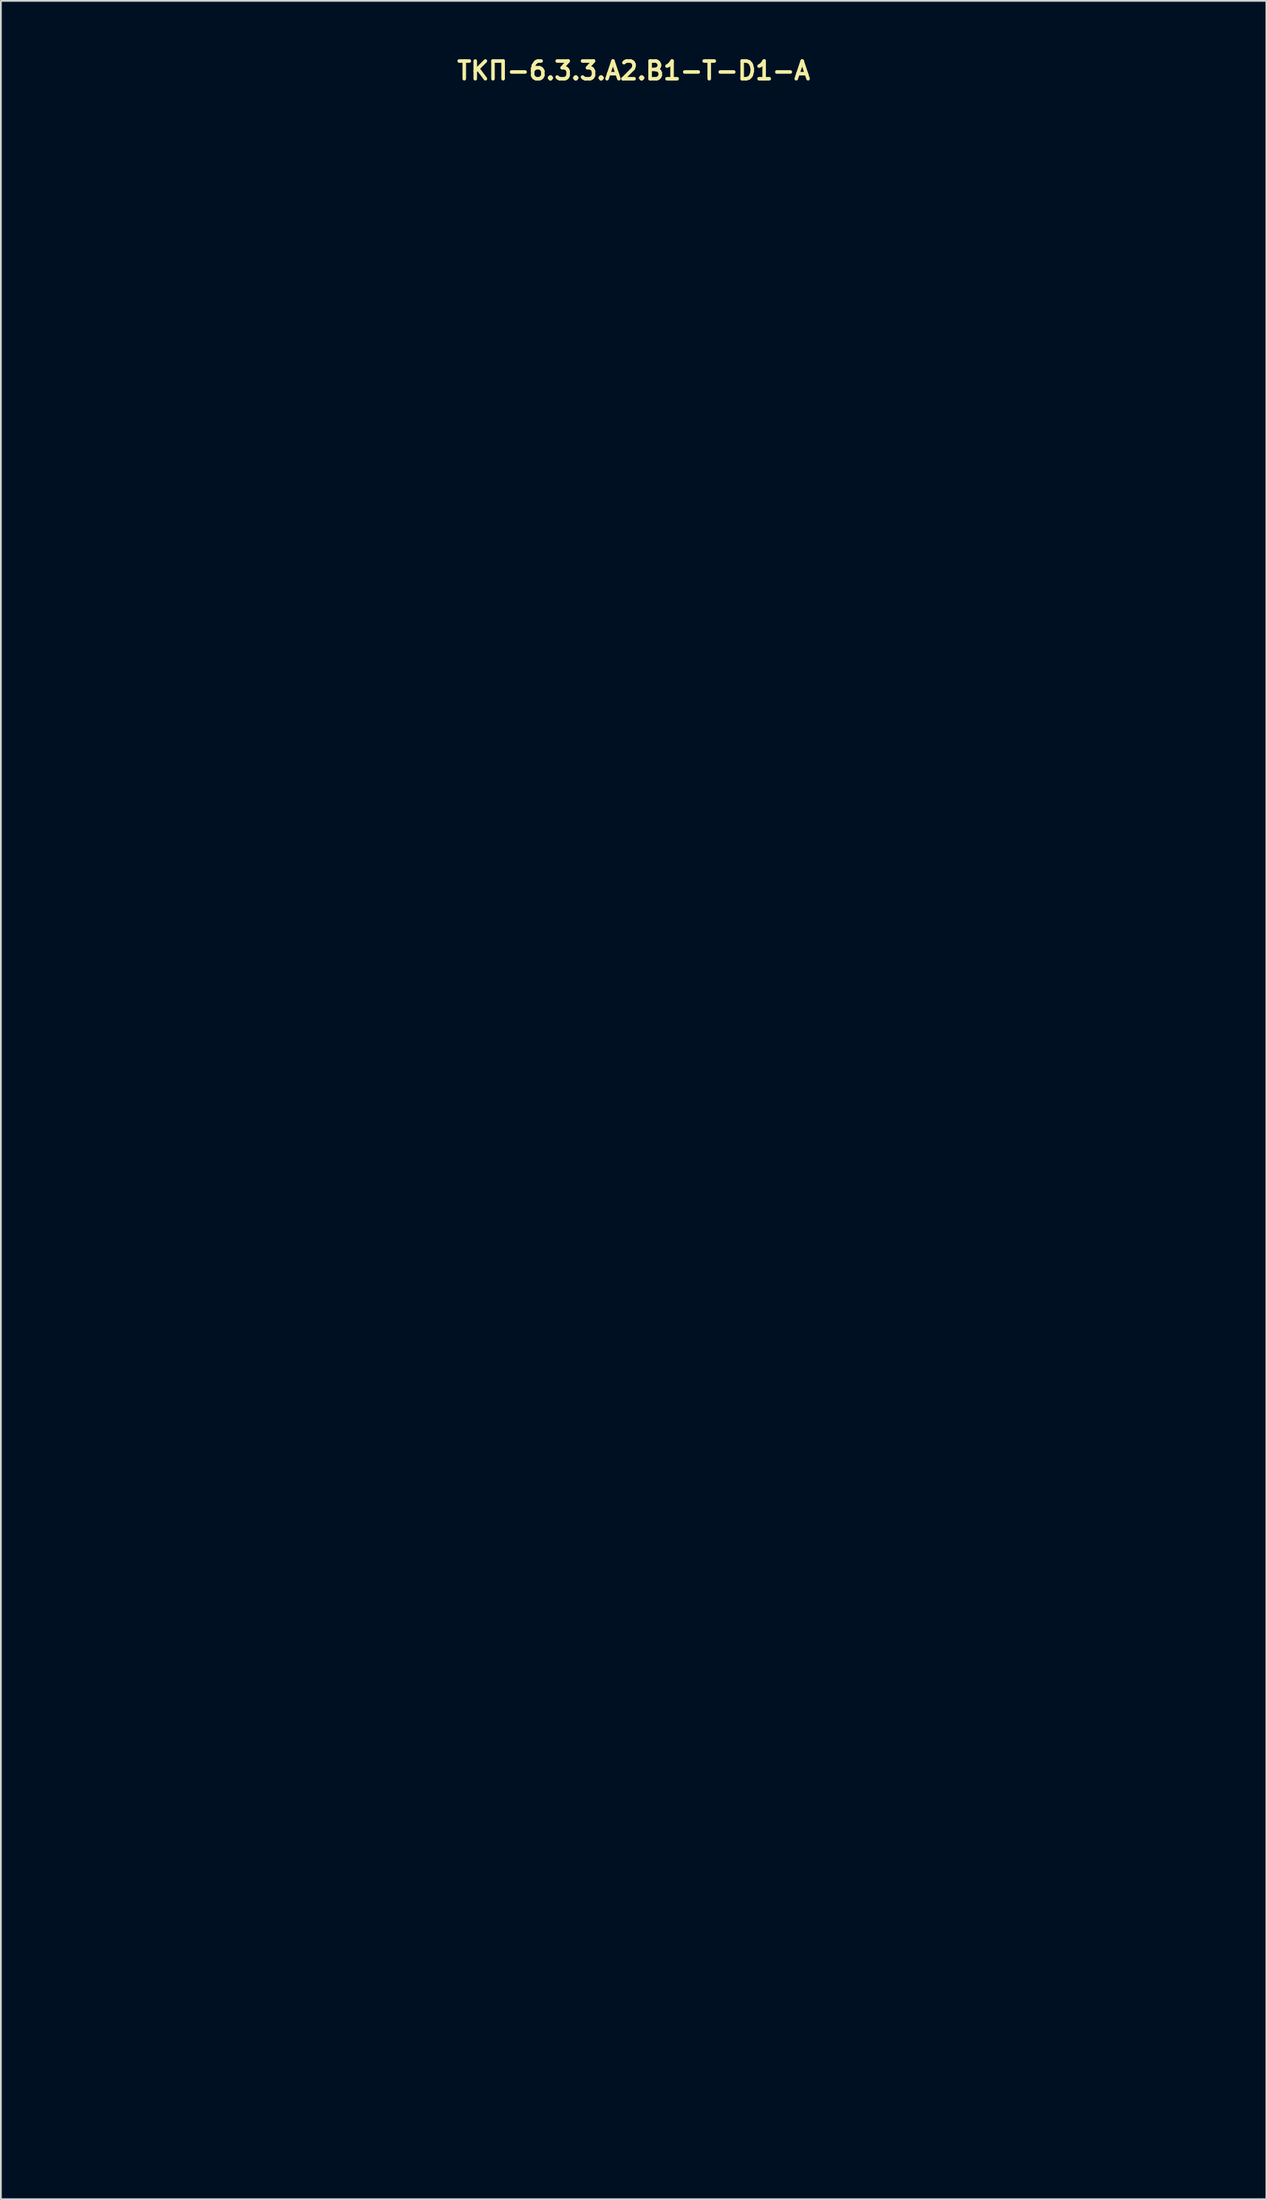
<source format=kicad_pcb>
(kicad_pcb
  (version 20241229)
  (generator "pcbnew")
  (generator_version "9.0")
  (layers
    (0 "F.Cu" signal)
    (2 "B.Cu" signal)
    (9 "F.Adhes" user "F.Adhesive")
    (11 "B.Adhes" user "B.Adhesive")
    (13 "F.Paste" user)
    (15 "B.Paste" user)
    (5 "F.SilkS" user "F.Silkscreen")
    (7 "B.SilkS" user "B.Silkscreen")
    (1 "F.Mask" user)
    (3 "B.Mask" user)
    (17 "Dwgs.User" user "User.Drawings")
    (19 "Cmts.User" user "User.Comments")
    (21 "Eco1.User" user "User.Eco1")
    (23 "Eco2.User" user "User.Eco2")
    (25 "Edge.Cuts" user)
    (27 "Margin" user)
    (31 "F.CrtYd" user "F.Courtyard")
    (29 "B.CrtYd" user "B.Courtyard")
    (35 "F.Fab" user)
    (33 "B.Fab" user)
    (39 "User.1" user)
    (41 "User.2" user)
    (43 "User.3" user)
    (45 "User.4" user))
  (footprint "ТКП-6.3.3.A2.B1-T-D1-A"
    (layer "F.Cu")
    (at 32.67 59.737)
    (property "Reference" "ТКП-6.3.3.A2.B1-T-D1-A" (at 0 -58.801 0) (layer "F.SilkS") (effects (font (size 1 1) (thickness 0.2))))
    (attr through_hole)
    (fp_line (start -32.47 -57.98) (end -32.47 57.98) (stroke (width 0.4) (type solid)) (layer "Eco1.User"))
    (fp_line (start -32.47 -57.98) (end 32.47 -57.98) (stroke (width 0.4) (type solid)) (layer "Eco1.User"))
    (fp_line (start -32.47 -55.98) (end 32.47 -55.98) (stroke (width 0.2) (type solid)) (layer "Eco1.User"))
    (fp_line (start -32.47 55.98) (end 32.47 55.98) (stroke (width 0.2) (type solid)) (layer "Eco1.User"))
    (fp_line (start -32.47 57.98) (end 32.47 57.98) (stroke (width 0.4) (type solid)) (layer "Eco1.User"))
    (fp_line (start 32.47 -57.98) (end 32.47 57.98) (stroke (width 0.4) (type solid)) (layer "Eco1.User"))
    (fp_circle (center -19.05 -40.44) (end -15.45 -40.44) (stroke (width 0.4) (type solid)) (fill no) (layer "Eco1.User"))
    (fp_circle (center -19.05 -40.44) (end -9.55 -40.44) (stroke (width 0.4) (type solid)) (fill no) (layer "Eco1.User"))
    (fp_circle (center -19.05 -12.5) (end -15.45 -12.5) (stroke (width 0.4) (type solid)) (fill no) (layer "Eco1.User"))
    (fp_circle (center -19.05 -12.5) (end -9.55 -12.5) (stroke (width 0.4) (type solid)) (fill no) (layer "Eco1.User"))
    (fp_circle (center -19.05 44.45) (end -16.4 44.45) (stroke (width 0.4) (type solid)) (fill no) (layer "Eco1.User"))
    (fp_circle (center -8.89 -50.8) (end -7.39 -50.8) (stroke (width 0.4) (type solid)) (fill no) (layer "Eco1.User"))
    (fp_circle (center -8.89 -50.8) (end -5.89 -50.8) (stroke (width 0.4) (type solid)) (fill no) (layer "Eco1.User"))
    (fp_circle (center 0 -26.47) (end 3.6 -26.47) (stroke (width 0.4) (type solid)) (fill no) (layer "Eco1.User"))
    (fp_circle (center 0 -26.47) (end 9.5 -26.47) (stroke (width 0.4) (type solid)) (fill no) (layer "Eco1.User"))
    (fp_circle (center 0 1.47) (end 3.6 1.47) (stroke (width 0.4) (type solid)) (fill no) (layer "Eco1.User"))
    (fp_circle (center 0 1.47) (end 9.5 1.47) (stroke (width 0.4) (type solid)) (fill no) (layer "Eco1.User"))
    (fp_circle (center 0 44.45) (end 6 44.45) (stroke (width 0.4) (type solid)) (fill no) (layer "Eco1.User"))
    (fp_circle (center 0 44.45) (end 10 44.45) (stroke (width 0.4) (type solid)) (fill no) (layer "Eco1.User"))
    (fp_circle (center 8.89 -50.8) (end 10.39 -50.8) (stroke (width 0.4) (type solid)) (fill no) (layer "Eco1.User"))
    (fp_circle (center 8.89 -50.8) (end 11.89 -50.8) (stroke (width 0.4) (type solid)) (fill no) (layer "Eco1.User"))
    (fp_circle (center 19.05 -40.44) (end 22.65 -40.44) (stroke (width 0.4) (type solid)) (fill no) (layer "Eco1.User"))
    (fp_circle (center 19.05 -40.44) (end 28.55 -40.44) (stroke (width 0.4) (type solid)) (fill no) (layer "Eco1.User"))
    (fp_circle (center 19.05 -12.5) (end 22.65 -12.5) (stroke (width 0.4) (type solid)) (fill no) (layer "Eco1.User"))
    (fp_circle (center 19.05 -12.5) (end 28.55 -12.5) (stroke (width 0.4) (type solid)) (fill no) (layer "Eco1.User"))
    (fp_line (start -32.47 -57.98) (end -32.47 57.98) (stroke (width 0.4) (type solid)) (layer "Eco2.User"))
    (fp_line (start -32.47 -57.98) (end 32.47 -57.98) (stroke (width 0.4) (type solid)) (layer "Eco2.User"))
    (fp_line (start -32.47 57.98) (end 32.47 57.98) (stroke (width 0.4) (type solid)) (layer "Eco2.User"))
    (fp_line (start -29.21 -54.928) (end -29.21 -49.847) (stroke (width 0.5) (type solid)) (layer "Eco2.User"))
    (fp_line (start -29.21 -54.928) (end -22.225 -54.928) (stroke (width 0.5) (type solid)) (layer "Eco2.User"))
    (fp_line (start -29.21 -49.847) (end -26.035 -46.672) (stroke (width 0.5) (type solid)) (layer "Eco2.User"))
    (fp_line (start -29.21 -44.767) (end -29.21 -39.688) (stroke (width 0.5) (type solid)) (layer "Eco2.User"))
    (fp_line (start -29.21 -44.767) (end -22.225 -44.767) (stroke (width 0.5) (type solid)) (layer "Eco2.User"))
    (fp_line (start -29.21 -39.688) (end -26.035 -36.513) (stroke (width 0.5) (type solid)) (layer "Eco2.User"))
    (fp_line (start -29.21 -34.608) (end -29.21 -29.527) (stroke (width 0.5) (type solid)) (layer "Eco2.User"))
    (fp_line (start -29.21 -34.608) (end -22.225 -34.608) (stroke (width 0.5) (type solid)) (layer "Eco2.User"))
    (fp_line (start -29.21 -29.527) (end -26.035 -26.352) (stroke (width 0.5) (type solid)) (layer "Eco2.User"))
    (fp_line (start -29.21 -24.448) (end -29.21 -19.367) (stroke (width 0.5) (type solid)) (layer "Eco2.User"))
    (fp_line (start -29.21 -24.448) (end -22.225 -24.448) (stroke (width 0.5) (type solid)) (layer "Eco2.User"))
    (fp_line (start -29.21 -19.367) (end -26.035 -16.192) (stroke (width 0.5) (type solid)) (layer "Eco2.User"))
    (fp_line (start -29.21 -14.287) (end -29.21 -9.207) (stroke (width 0.5) (type solid)) (layer "Eco2.User"))
    (fp_line (start -29.21 -14.287) (end -22.225 -14.287) (stroke (width 0.5) (type solid)) (layer "Eco2.User"))
    (fp_line (start -29.21 -9.207) (end -26.035 -6.032) (stroke (width 0.5) (type solid)) (layer "Eco2.User"))
    (fp_line (start -29.21 -4.128) (end -29.21 0.953) (stroke (width 0.5) (type solid)) (layer "Eco2.User"))
    (fp_line (start -29.21 -4.128) (end -22.225 -4.128) (stroke (width 0.5) (type solid)) (layer "Eco2.User"))
    (fp_line (start -29.21 0.953) (end -26.035 4.128) (stroke (width 0.5) (type solid)) (layer "Eco2.User"))
    (fp_line (start -29.21 6.032) (end -29.21 11.113) (stroke (width 0.5) (type solid)) (layer "Eco2.User"))
    (fp_line (start -29.21 6.032) (end -22.225 6.032) (stroke (width 0.5) (type solid)) (layer "Eco2.User"))
    (fp_line (start -29.21 11.113) (end -26.035 14.287) (stroke (width 0.5) (type solid)) (layer "Eco2.User"))
    (fp_line (start -29.21 16.192) (end -29.21 21.273) (stroke (width 0.5) (type solid)) (layer "Eco2.User"))
    (fp_line (start -29.21 16.192) (end -22.225 16.192) (stroke (width 0.5) (type solid)) (layer "Eco2.User"))
    (fp_line (start -29.21 21.273) (end -26.035 24.448) (stroke (width 0.5) (type solid)) (layer "Eco2.User"))
    (fp_line (start -29.21 26.352) (end -29.21 31.433) (stroke (width 0.5) (type solid)) (layer "Eco2.User"))
    (fp_line (start -29.21 26.352) (end 26.035 26.352) (stroke (width 0.5) (type solid)) (layer "Eco2.User"))
    (fp_line (start -29.21 31.433) (end -26.035 34.608) (stroke (width 0.5) (type solid)) (layer "Eco2.User"))
    (fp_line (start -29.21 36.513) (end -29.21 41.593) (stroke (width 0.5) (type solid)) (layer "Eco2.User"))
    (fp_line (start -29.21 36.513) (end -22.225 36.513) (stroke (width 0.5) (type solid)) (layer "Eco2.User"))
    (fp_line (start -29.21 41.593) (end -26.035 44.767) (stroke (width 0.5) (type solid)) (layer "Eco2.User"))
    (fp_line (start -29.21 46.672) (end -29.21 51.752) (stroke (width 0.5) (type solid)) (layer "Eco2.User"))
    (fp_line (start -29.21 46.672) (end -22.225 46.672) (stroke (width 0.5) (type solid)) (layer "Eco2.User"))
    (fp_line (start -29.21 51.752) (end -26.035 54.928) (stroke (width 0.5) (type solid)) (layer "Eco2.User"))
    (fp_line (start -26.035 -46.672) (end -19.05 -46.672) (stroke (width 0.5) (type solid)) (layer "Eco2.User"))
    (fp_line (start -26.035 -36.513) (end -19.05 -36.513) (stroke (width 0.5) (type solid)) (layer "Eco2.User"))
    (fp_line (start -26.035 -26.352) (end -23.177 -26.352) (stroke (width 0.5) (type solid)) (layer "Eco2.User"))
    (fp_line (start -26.035 -16.192) (end -19.05 -16.192) (stroke (width 0.5) (type solid)) (layer "Eco2.User"))
    (fp_line (start -26.035 -6.032) (end -19.05 -6.032) (stroke (width 0.5) (type solid)) (layer "Eco2.User"))
    (fp_line (start -26.035 4.128) (end -19.05 4.128) (stroke (width 0.5) (type solid)) (layer "Eco2.User"))
    (fp_line (start -26.035 14.287) (end -19.05 14.287) (stroke (width 0.5) (type solid)) (layer "Eco2.User"))
    (fp_line (start -26.035 24.448) (end -19.05 24.448) (stroke (width 0.5) (type solid)) (layer "Eco2.User"))
    (fp_line (start -26.035 34.608) (end -6.985 34.608) (stroke (width 0.5) (type solid)) (layer "Eco2.User"))
    (fp_line (start -26.035 44.767) (end -19.05 44.767) (stroke (width 0.5) (type solid)) (layer "Eco2.User"))
    (fp_line (start -26.035 54.928) (end -19.05 54.928) (stroke (width 0.5) (type solid)) (layer "Eco2.User"))
    (fp_line (start -22.225 -54.928) (end -19.05 -51.752) (stroke (width 0.5) (type solid)) (layer "Eco2.User"))
    (fp_line (start -22.225 -44.767) (end -19.05 -41.593) (stroke (width 0.5) (type solid)) (layer "Eco2.User"))
    (fp_line (start -22.225 -34.608) (end -19.05 -31.433) (stroke (width 0.5) (type solid)) (layer "Eco2.User"))
    (fp_line (start -22.225 -24.448) (end -19.05 -21.273) (stroke (width 0.5) (type solid)) (layer "Eco2.User"))
    (fp_line (start -22.225 -14.287) (end -19.05 -11.113) (stroke (width 0.5) (type solid)) (layer "Eco2.User"))
    (fp_line (start -22.225 -4.128) (end -20.003 -1.905) (stroke (width 0.5) (type solid)) (layer "Eco2.User"))
    (fp_line (start -22.225 6.032) (end -19.05 9.207) (stroke (width 0.5) (type solid)) (layer "Eco2.User"))
    (fp_line (start -22.225 16.192) (end -19.05 19.367) (stroke (width 0.5) (type solid)) (layer "Eco2.User"))
    (fp_line (start -22.225 36.513) (end -19.05 39.688) (stroke (width 0.5) (type solid)) (layer "Eco2.User"))
    (fp_line (start -22.225 46.672) (end -19.05 49.847) (stroke (width 0.5) (type solid)) (layer "Eco2.User"))
    (fp_line (start -19.05 -51.752) (end -19.05 -46.672) (stroke (width 0.5) (type solid)) (layer "Eco2.User"))
    (fp_line (start -19.05 -41.593) (end -19.05 -36.513) (stroke (width 0.5) (type solid)) (layer "Eco2.User"))
    (fp_line (start -19.05 -31.433) (end -19.05 -29.845) (stroke (width 0.5) (type solid)) (layer "Eco2.User"))
    (fp_line (start -19.05 -21.273) (end -19.05 -16.192) (stroke (width 0.5) (type solid)) (layer "Eco2.User"))
    (fp_line (start -19.05 -11.113) (end -19.05 -6.032) (stroke (width 0.5) (type solid)) (layer "Eco2.User"))
    (fp_line (start -19.05 2.857) (end -19.05 4.128) (stroke (width 0.5) (type solid)) (layer "Eco2.User"))
    (fp_line (start -19.05 9.207) (end -19.05 14.287) (stroke (width 0.5) (type solid)) (layer "Eco2.User"))
    (fp_line (start -19.05 19.367) (end -19.05 24.448) (stroke (width 0.5) (type solid)) (layer "Eco2.User"))
    (fp_line (start -19.05 39.688) (end -19.05 44.767) (stroke (width 0.5) (type solid)) (layer "Eco2.User"))
    (fp_line (start -19.05 49.847) (end -19.05 54.928) (stroke (width 0.5) (type solid)) (layer "Eco2.User"))
    (fp_line (start -17.145 -54.928) (end -17.145 -49.847) (stroke (width 0.5) (type solid)) (layer "Eco2.User"))
    (fp_line (start -17.145 -54.928) (end -10.16 -54.928) (stroke (width 0.5) (type solid)) (layer "Eco2.User"))
    (fp_line (start -17.145 -49.847) (end -13.97 -46.672) (stroke (width 0.5) (type solid)) (layer "Eco2.User"))
    (fp_line (start -17.145 -44.767) (end -17.145 -39.688) (stroke (width 0.5) (type solid)) (layer "Eco2.User"))
    (fp_line (start -17.145 -44.767) (end 13.97 -44.767) (stroke (width 0.5) (type solid)) (layer "Eco2.User"))
    (fp_line (start -17.145 -39.688) (end -13.97 -36.513) (stroke (width 0.5) (type solid)) (layer "Eco2.User"))
    (fp_line (start -17.145 -34.608) (end -17.145 -29.845) (stroke (width 0.5) (type solid)) (layer "Eco2.User"))
    (fp_line (start -17.145 -34.608) (end -10.16 -34.608) (stroke (width 0.5) (type solid)) (layer "Eco2.User"))
    (fp_line (start -17.145 -24.448) (end -17.145 -19.367) (stroke (width 0.5) (type solid)) (layer "Eco2.User"))
    (fp_line (start -17.145 -24.448) (end -10.16 -24.448) (stroke (width 0.5) (type solid)) (layer "Eco2.User"))
    (fp_line (start -17.145 -19.367) (end -13.97 -16.192) (stroke (width 0.5) (type solid)) (layer "Eco2.User"))
    (fp_line (start -17.145 -14.287) (end -17.145 -9.207) (stroke (width 0.5) (type solid)) (layer "Eco2.User"))
    (fp_line (start -17.145 -14.287) (end -10.16 -14.287) (stroke (width 0.5) (type solid)) (layer "Eco2.User"))
    (fp_line (start -17.145 -9.207) (end -13.97 -6.032) (stroke (width 0.5) (type solid)) (layer "Eco2.User"))
    (fp_line (start -17.145 -4.128) (end -17.145 -1.905) (stroke (width 0.5) (type solid)) (layer "Eco2.User"))
    (fp_line (start -17.145 -4.128) (end -10.16 -4.128) (stroke (width 0.5) (type solid)) (layer "Eco2.User"))
    (fp_line (start -17.145 6.032) (end -17.145 11.113) (stroke (width 0.5) (type solid)) (layer "Eco2.User"))
    (fp_line (start -17.145 6.032) (end -10.16 6.032) (stroke (width 0.5) (type solid)) (layer "Eco2.User"))
    (fp_line (start -17.145 11.113) (end -13.97 14.287) (stroke (width 0.5) (type solid)) (layer "Eco2.User"))
    (fp_line (start -17.145 16.192) (end -17.145 21.273) (stroke (width 0.5) (type solid)) (layer "Eco2.User"))
    (fp_line (start -17.145 16.192) (end -6.985 16.192) (stroke (width 0.5) (type solid)) (layer "Eco2.User"))
    (fp_line (start -17.145 21.273) (end -13.97 24.448) (stroke (width 0.5) (type solid)) (layer "Eco2.User"))
    (fp_line (start -17.145 36.513) (end -17.145 41.593) (stroke (width 0.5) (type solid)) (layer "Eco2.User"))
    (fp_line (start -17.145 36.513) (end -10.16 36.513) (stroke (width 0.5) (type solid)) (layer "Eco2.User"))
    (fp_line (start -17.145 41.593) (end -13.97 44.767) (stroke (width 0.5) (type solid)) (layer "Eco2.User"))
    (fp_line (start -17.145 46.672) (end -17.145 51.752) (stroke (width 0.5) (type solid)) (layer "Eco2.User"))
    (fp_line (start -17.145 46.672) (end -10.16 46.672) (stroke (width 0.5) (type solid)) (layer "Eco2.User"))
    (fp_line (start -17.145 51.752) (end -13.97 54.928) (stroke (width 0.5) (type solid)) (layer "Eco2.User"))
    (fp_line (start -15.24 2.857) (end -13.97 4.128) (stroke (width 0.5) (type solid)) (layer "Eco2.User"))
    (fp_line (start -14.287 -26.352) (end -6.985 -26.352) (stroke (width 0.5) (type solid)) (layer "Eco2.User"))
    (fp_line (start -13.97 -46.672) (end -6.985 -46.672) (stroke (width 0.5) (type solid)) (layer "Eco2.User"))
    (fp_line (start -13.97 -36.513) (end 17.145 -36.513) (stroke (width 0.5) (type solid)) (layer "Eco2.User"))
    (fp_line (start -13.97 -16.192) (end -6.985 -16.192) (stroke (width 0.5) (type solid)) (layer "Eco2.User"))
    (fp_line (start -13.97 -6.032) (end -6.985 -6.032) (stroke (width 0.5) (type solid)) (layer "Eco2.User"))
    (fp_line (start -13.97 4.128) (end -6.985 4.128) (stroke (width 0.5) (type solid)) (layer "Eco2.User"))
    (fp_line (start -13.97 14.287) (end -6.985 14.287) (stroke (width 0.5) (type solid)) (layer "Eco2.User"))
    (fp_line (start -13.97 24.448) (end 17.145 24.448) (stroke (width 0.5) (type solid)) (layer "Eco2.User"))
    (fp_line (start -13.97 44.767) (end -6.985 44.767) (stroke (width 0.5) (type solid)) (layer "Eco2.User"))
    (fp_line (start -13.97 54.928) (end -6.985 54.928) (stroke (width 0.5) (type solid)) (layer "Eco2.User"))
    (fp_line (start -10.16 -54.928) (end -6.985 -51.752) (stroke (width 0.5) (type solid)) (layer "Eco2.User"))
    (fp_line (start -10.16 -34.608) (end -6.985 -31.433) (stroke (width 0.5) (type solid)) (layer "Eco2.User"))
    (fp_line (start -10.16 -24.448) (end -6.985 -21.273) (stroke (width 0.5) (type solid)) (layer "Eco2.User"))
    (fp_line (start -10.16 -14.287) (end -6.985 -11.113) (stroke (width 0.5) (type solid)) (layer "Eco2.User"))
    (fp_line (start -10.16 -4.128) (end -6.985 -0.953) (stroke (width 0.5) (type solid)) (layer "Eco2.User"))
    (fp_line (start -10.16 6.032) (end -6.985 9.207) (stroke (width 0.5) (type solid)) (layer "Eco2.User"))
    (fp_line (start -10.16 36.513) (end -6.985 39.688) (stroke (width 0.5) (type solid)) (layer "Eco2.User"))
    (fp_line (start -10.16 46.672) (end -6.985 49.847) (stroke (width 0.5) (type solid)) (layer "Eco2.User"))
    (fp_line (start -6.985 -51.752) (end -6.985 -46.672) (stroke (width 0.5) (type solid)) (layer "Eco2.User"))
    (fp_line (start -6.985 -31.433) (end -6.985 -26.352) (stroke (width 0.5) (type solid)) (layer "Eco2.User"))
    (fp_line (start -6.985 -21.273) (end -6.985 -16.192) (stroke (width 0.5) (type solid)) (layer "Eco2.User"))
    (fp_line (start -6.985 -11.113) (end -6.985 -6.032) (stroke (width 0.5) (type solid)) (layer "Eco2.User"))
    (fp_line (start -6.985 -0.953) (end -6.985 4.128) (stroke (width 0.5) (type solid)) (layer "Eco2.User"))
    (fp_line (start -6.985 9.207) (end -6.985 14.287) (stroke (width 0.5) (type solid)) (layer "Eco2.User"))
    (fp_line (start -6.985 16.192) (end -6.032 17.145) (stroke (width 0.5) (type solid)) (layer "Eco2.User"))
    (fp_line (start -6.985 34.608) (end -6.032 33.655) (stroke (width 0.5) (type solid)) (layer "Eco2.User"))
    (fp_line (start -6.985 39.688) (end -6.985 44.767) (stroke (width 0.5) (type solid)) (layer "Eco2.User"))
    (fp_line (start -6.985 49.847) (end -6.985 54.928) (stroke (width 0.5) (type solid)) (layer "Eco2.User"))
    (fp_line (start -6.032 17.145) (end 6.032 17.145) (stroke (width 0.5) (type solid)) (layer "Eco2.User"))
    (fp_line (start -6.032 33.655) (end 6.032 33.655) (stroke (width 0.5) (type solid)) (layer "Eco2.User"))
    (fp_line (start -5.715 -40.64) (end -4.445 -40.64) (stroke (width 0.25) (type solid)) (layer "Eco2.User"))
    (fp_line (start -5.08 -54.928) (end -5.08 -49.847) (stroke (width 0.5) (type solid)) (layer "Eco2.User"))
    (fp_line (start -5.08 -54.928) (end 1.905 -54.928) (stroke (width 0.5) (type solid)) (layer "Eco2.User"))
    (fp_line (start -5.08 -49.847) (end -1.905 -46.672) (stroke (width 0.5) (type solid)) (layer "Eco2.User"))
    (fp_line (start -5.08 -41.275) (end -5.08 -40.005) (stroke (width 0.25) (type solid)) (layer "Eco2.User"))
    (fp_line (start -5.08 -34.608) (end -5.08 -29.527) (stroke (width 0.5) (type solid)) (layer "Eco2.User"))
    (fp_line (start -5.08 -34.608) (end 1.905 -34.608) (stroke (width 0.5) (type solid)) (layer "Eco2.User"))
    (fp_line (start -5.08 -29.527) (end -1.905 -26.352) (stroke (width 0.5) (type solid)) (layer "Eco2.User"))
    (fp_line (start -5.08 -24.448) (end -5.08 -19.367) (stroke (width 0.5) (type solid)) (layer "Eco2.User"))
    (fp_line (start -5.08 -24.448) (end 1.905 -24.448) (stroke (width 0.5) (type solid)) (layer "Eco2.User"))
    (fp_line (start -5.08 -19.367) (end -1.905 -16.192) (stroke (width 0.5) (type solid)) (layer "Eco2.User"))
    (fp_line (start -5.08 -11.113) (end -5.08 -9.207) (stroke (width 0.5) (type solid)) (layer "Eco2.User"))
    (fp_line (start -5.08 -9.207) (end -1.905 -6.032) (stroke (width 0.5) (type solid)) (layer "Eco2.User"))
    (fp_line (start -5.08 -4.128) (end -5.08 0.953) (stroke (width 0.5) (type solid)) (layer "Eco2.User"))
    (fp_line (start -5.08 -4.128) (end 1.905 -4.128) (stroke (width 0.5) (type solid)) (layer "Eco2.User"))
    (fp_line (start -5.08 0.953) (end -1.905 4.128) (stroke (width 0.5) (type solid)) (layer "Eco2.User"))
    (fp_line (start -5.08 6.032) (end -5.08 11.113) (stroke (width 0.5) (type solid)) (layer "Eco2.User"))
    (fp_line (start -5.08 6.032) (end 1.905 6.032) (stroke (width 0.5) (type solid)) (layer "Eco2.User"))
    (fp_line (start -5.08 11.113) (end -3.81 12.383) (stroke (width 0.5) (type solid)) (layer "Eco2.User"))
    (fp_line (start -5.08 36.513) (end -5.08 41.593) (stroke (width 0.5) (type solid)) (layer "Eco2.User"))
    (fp_line (start -5.08 36.513) (end 1.905 36.513) (stroke (width 0.5) (type solid)) (layer "Eco2.User"))
    (fp_line (start -5.08 41.593) (end -1.905 44.767) (stroke (width 0.5) (type solid)) (layer "Eco2.User"))
    (fp_line (start -5.08 46.672) (end -5.08 51.752) (stroke (width 0.5) (type solid)) (layer "Eco2.User"))
    (fp_line (start -5.08 46.672) (end 1.905 46.672) (stroke (width 0.5) (type solid)) (layer "Eco2.User"))
    (fp_line (start -5.08 51.752) (end -1.905 54.928) (stroke (width 0.5) (type solid)) (layer "Eco2.User"))
    (fp_line (start -3.81 -40.64) (end -1.27 -40.64) (stroke (width 0.5) (type solid)) (layer "Eco2.User"))
    (fp_line (start -1.905 -46.672) (end 5.08 -46.672) (stroke (width 0.5) (type solid)) (layer "Eco2.User"))
    (fp_line (start -1.905 -26.352) (end 5.08 -26.352) (stroke (width 0.5) (type solid)) (layer "Eco2.User"))
    (fp_line (start -1.905 -16.192) (end 5.08 -16.192) (stroke (width 0.5) (type solid)) (layer "Eco2.User"))
    (fp_line (start -1.905 -6.032) (end 5.08 -6.032) (stroke (width 0.5) (type solid)) (layer "Eco2.User"))
    (fp_line (start -1.905 4.128) (end 5.08 4.128) (stroke (width 0.5) (type solid)) (layer "Eco2.User"))
    (fp_line (start -1.905 44.767) (end 5.08 44.767) (stroke (width 0.5) (type solid)) (layer "Eco2.User"))
    (fp_line (start -1.905 54.928) (end 5.08 54.928) (stroke (width 0.5) (type solid)) (layer "Eco2.User"))
    (fp_line (start 0 -40.64) (end 3.81 -40.64) (stroke (width 0.5) (type solid)) (layer "Eco2.User"))
    (fp_line (start 1.905 -54.928) (end 5.08 -51.752) (stroke (width 0.5) (type solid)) (layer "Eco2.User"))
    (fp_line (start 1.905 -34.608) (end 5.08 -31.433) (stroke (width 0.5) (type solid)) (layer "Eco2.User"))
    (fp_line (start 1.905 -24.448) (end 5.08 -21.273) (stroke (width 0.5) (type solid)) (layer "Eco2.User"))
    (fp_line (start 1.905 -4.128) (end 5.08 -0.953) (stroke (width 0.5) (type solid)) (layer "Eco2.User"))
    (fp_line (start 1.905 6.032) (end 5.08 9.207) (stroke (width 0.5) (type solid)) (layer "Eco2.User"))
    (fp_line (start 1.905 36.513) (end 5.08 39.688) (stroke (width 0.5) (type solid)) (layer "Eco2.User"))
    (fp_line (start 1.905 46.672) (end 5.08 49.847) (stroke (width 0.5) (type solid)) (layer "Eco2.User"))
    (fp_line (start 4.445 -40.64) (end 5.715 -40.64) (stroke (width 0.25) (type solid)) (layer "Eco2.User"))
    (fp_line (start 4.763 14.287) (end 5.08 14.287) (stroke (width 0.5) (type solid)) (layer "Eco2.User"))
    (fp_line (start 5.08 -51.752) (end 5.08 -46.672) (stroke (width 0.5) (type solid)) (layer "Eco2.User"))
    (fp_line (start 5.08 -31.433) (end 5.08 -26.352) (stroke (width 0.5) (type solid)) (layer "Eco2.User"))
    (fp_line (start 5.08 -21.273) (end 5.08 -16.192) (stroke (width 0.5) (type solid)) (layer "Eco2.User"))
    (fp_line (start 5.08 -11.113) (end 5.08 -6.032) (stroke (width 0.5) (type solid)) (layer "Eco2.User"))
    (fp_line (start 5.08 -0.953) (end 5.08 4.128) (stroke (width 0.5) (type solid)) (layer "Eco2.User"))
    (fp_line (start 5.08 9.207) (end 5.08 14.287) (stroke (width 0.5) (type solid)) (layer "Eco2.User"))
    (fp_line (start 5.08 39.688) (end 5.08 44.767) (stroke (width 0.5) (type solid)) (layer "Eco2.User"))
    (fp_line (start 5.08 49.847) (end 5.08 54.928) (stroke (width 0.5) (type solid)) (layer "Eco2.User"))
    (fp_line (start 6.032 17.145) (end 6.985 16.192) (stroke (width 0.5) (type solid)) (layer "Eco2.User"))
    (fp_line (start 6.032 33.655) (end 6.985 34.608) (stroke (width 0.5) (type solid)) (layer "Eco2.User"))
    (fp_line (start 6.985 -54.928) (end 6.985 -49.847) (stroke (width 0.5) (type solid)) (layer "Eco2.User"))
    (fp_line (start 6.985 -54.928) (end 13.97 -54.928) (stroke (width 0.5) (type solid)) (layer "Eco2.User"))
    (fp_line (start 6.985 -49.847) (end 10.16 -46.672) (stroke (width 0.5) (type solid)) (layer "Eco2.User"))
    (fp_line (start 6.985 -34.608) (end 6.985 -29.527) (stroke (width 0.5) (type solid)) (layer "Eco2.User"))
    (fp_line (start 6.985 -34.608) (end 13.97 -34.608) (stroke (width 0.5) (type solid)) (layer "Eco2.User"))
    (fp_line (start 6.985 -29.527) (end 10.16 -26.352) (stroke (width 0.5) (type solid)) (layer "Eco2.User"))
    (fp_line (start 6.985 -24.448) (end 6.985 -19.367) (stroke (width 0.5) (type solid)) (layer "Eco2.User"))
    (fp_line (start 6.985 -24.448) (end 13.97 -24.448) (stroke (width 0.5) (type solid)) (layer "Eco2.User"))
    (fp_line (start 6.985 -19.367) (end 10.16 -16.192) (stroke (width 0.5) (type solid)) (layer "Eco2.User"))
    (fp_line (start 6.985 -14.287) (end 6.985 -9.207) (stroke (width 0.5) (type solid)) (layer "Eco2.User"))
    (fp_line (start 6.985 -14.287) (end 13.97 -14.287) (stroke (width 0.5) (type solid)) (layer "Eco2.User"))
    (fp_line (start 6.985 -9.207) (end 10.16 -6.032) (stroke (width 0.5) (type solid)) (layer "Eco2.User"))
    (fp_line (start 6.985 -4.128) (end 6.985 0.953) (stroke (width 0.5) (type solid)) (layer "Eco2.User"))
    (fp_line (start 6.985 -4.128) (end 13.97 -4.128) (stroke (width 0.5) (type solid)) (layer "Eco2.User"))
    (fp_line (start 6.985 0.953) (end 10.16 4.128) (stroke (width 0.5) (type solid)) (layer "Eco2.User"))
    (fp_line (start 6.985 6.032) (end 6.985 11.113) (stroke (width 0.5) (type solid)) (layer "Eco2.User"))
    (fp_line (start 6.985 6.032) (end 13.97 6.032) (stroke (width 0.5) (type solid)) (layer "Eco2.User"))
    (fp_line (start 6.985 11.113) (end 10.16 14.287) (stroke (width 0.5) (type solid)) (layer "Eco2.User"))
    (fp_line (start 6.985 16.192) (end 13.97 16.192) (stroke (width 0.5) (type solid)) (layer "Eco2.User"))
    (fp_line (start 6.985 34.608) (end 29.21 34.608) (stroke (width 0.5) (type solid)) (layer "Eco2.User"))
    (fp_line (start 6.985 36.513) (end 6.985 41.593) (stroke (width 0.5) (type solid)) (layer "Eco2.User"))
    (fp_line (start 6.985 36.513) (end 13.97 36.513) (stroke (width 0.5) (type solid)) (layer "Eco2.User"))
    (fp_line (start 6.985 41.593) (end 10.16 44.767) (stroke (width 0.5) (type solid)) (layer "Eco2.User"))
    (fp_line (start 6.985 46.672) (end 6.985 51.752) (stroke (width 0.5) (type solid)) (layer "Eco2.User"))
    (fp_line (start 6.985 46.672) (end 13.97 46.672) (stroke (width 0.5) (type solid)) (layer "Eco2.User"))
    (fp_line (start 6.985 51.752) (end 10.16 54.928) (stroke (width 0.5) (type solid)) (layer "Eco2.User"))
    (fp_line (start 10.16 -46.672) (end 17.145 -46.672) (stroke (width 0.5) (type solid)) (layer "Eco2.User"))
    (fp_line (start 10.16 -26.352) (end 14.287 -26.352) (stroke (width 0.5) (type solid)) (layer "Eco2.User"))
    (fp_line (start 10.16 -16.192) (end 17.145 -16.192) (stroke (width 0.5) (type solid)) (layer "Eco2.User"))
    (fp_line (start 10.16 -6.032) (end 17.145 -6.032) (stroke (width 0.5) (type solid)) (layer "Eco2.User"))
    (fp_line (start 10.16 4.128) (end 17.145 4.128) (stroke (width 0.5) (type solid)) (layer "Eco2.User"))
    (fp_line (start 10.16 14.287) (end 17.145 14.287) (stroke (width 0.5) (type solid)) (layer "Eco2.User"))
    (fp_line (start 10.16 44.767) (end 17.145 44.767) (stroke (width 0.5) (type solid)) (layer "Eco2.User"))
    (fp_line (start 10.16 54.928) (end 17.145 54.928) (stroke (width 0.5) (type solid)) (layer "Eco2.User"))
    (fp_line (start 13.97 -54.928) (end 17.145 -51.752) (stroke (width 0.5) (type solid)) (layer "Eco2.User"))
    (fp_line (start 13.97 -44.767) (end 17.145 -41.593) (stroke (width 0.5) (type solid)) (layer "Eco2.User"))
    (fp_line (start 13.97 -34.608) (end 17.145 -31.433) (stroke (width 0.5) (type solid)) (layer "Eco2.User"))
    (fp_line (start 13.97 -24.448) (end 17.145 -21.273) (stroke (width 0.5) (type solid)) (layer "Eco2.User"))
    (fp_line (start 13.97 -14.287) (end 17.145 -11.113) (stroke (width 0.5) (type solid)) (layer "Eco2.User"))
    (fp_line (start 13.97 -4.128) (end 15.875 -2.223) (stroke (width 0.5) (type solid)) (layer "Eco2.User"))
    (fp_line (start 13.97 6.032) (end 17.145 9.207) (stroke (width 0.5) (type solid)) (layer "Eco2.User"))
    (fp_line (start 13.97 16.192) (end 17.145 19.367) (stroke (width 0.5) (type solid)) (layer "Eco2.User"))
    (fp_line (start 13.97 36.513) (end 17.145 39.688) (stroke (width 0.5) (type solid)) (layer "Eco2.User"))
    (fp_line (start 13.97 46.672) (end 17.145 49.847) (stroke (width 0.5) (type solid)) (layer "Eco2.User"))
    (fp_line (start 17.145 -51.752) (end 17.145 -46.672) (stroke (width 0.5) (type solid)) (layer "Eco2.User"))
    (fp_line (start 17.145 -41.593) (end 17.145 -36.513) (stroke (width 0.5) (type solid)) (layer "Eco2.User"))
    (fp_line (start 17.145 -31.433) (end 17.145 -29.845) (stroke (width 0.5) (type solid)) (layer "Eco2.User"))
    (fp_line (start 17.145 -21.273) (end 17.145 -16.192) (stroke (width 0.5) (type solid)) (layer "Eco2.User"))
    (fp_line (start 17.145 -11.113) (end 17.145 -6.032) (stroke (width 0.5) (type solid)) (layer "Eco2.User"))
    (fp_line (start 17.145 2.857) (end 17.145 4.128) (stroke (width 0.5) (type solid)) (layer "Eco2.User"))
    (fp_line (start 17.145 9.207) (end 17.145 14.287) (stroke (width 0.5) (type solid)) (layer "Eco2.User"))
    (fp_line (start 17.145 19.367) (end 17.145 24.448) (stroke (width 0.5) (type solid)) (layer "Eco2.User"))
    (fp_line (start 17.145 39.688) (end 17.145 44.767) (stroke (width 0.5) (type solid)) (layer "Eco2.User"))
    (fp_line (start 17.145 49.847) (end 17.145 54.928) (stroke (width 0.5) (type solid)) (layer "Eco2.User"))
    (fp_line (start 19.05 -54.928) (end 19.05 -49.847) (stroke (width 0.5) (type solid)) (layer "Eco2.User"))
    (fp_line (start 19.05 -54.928) (end 26.035 -54.928) (stroke (width 0.5) (type solid)) (layer "Eco2.User"))
    (fp_line (start 19.05 -49.847) (end 22.225 -46.672) (stroke (width 0.5) (type solid)) (layer "Eco2.User"))
    (fp_line (start 19.05 -44.767) (end 19.05 -39.688) (stroke (width 0.5) (type solid)) (layer "Eco2.User"))
    (fp_line (start 19.05 -44.767) (end 26.035 -44.767) (stroke (width 0.5) (type solid)) (layer "Eco2.User"))
    (fp_line (start 19.05 -39.688) (end 22.225 -36.513) (stroke (width 0.5) (type solid)) (layer "Eco2.User"))
    (fp_line (start 19.05 -34.608) (end 19.05 -29.845) (stroke (width 0.5) (type solid)) (layer "Eco2.User"))
    (fp_line (start 19.05 -34.608) (end 26.035 -34.608) (stroke (width 0.5) (type solid)) (layer "Eco2.User"))
    (fp_line (start 19.05 -24.448) (end 19.05 -19.367) (stroke (width 0.5) (type solid)) (layer "Eco2.User"))
    (fp_line (start 19.05 -24.448) (end 26.035 -24.448) (stroke (width 0.5) (type solid)) (layer "Eco2.User"))
    (fp_line (start 19.05 -19.367) (end 22.225 -16.192) (stroke (width 0.5) (type solid)) (layer "Eco2.User"))
    (fp_line (start 19.05 -14.287) (end 19.05 -9.207) (stroke (width 0.5) (type solid)) (layer "Eco2.User"))
    (fp_line (start 19.05 -14.287) (end 26.035 -14.287) (stroke (width 0.5) (type solid)) (layer "Eco2.User"))
    (fp_line (start 19.05 -9.207) (end 22.225 -6.032) (stroke (width 0.5) (type solid)) (layer "Eco2.User"))
    (fp_line (start 19.05 -4.128) (end 19.05 -1.905) (stroke (width 0.5) (type solid)) (layer "Eco2.User"))
    (fp_line (start 19.05 -4.128) (end 26.035 -4.128) (stroke (width 0.5) (type solid)) (layer "Eco2.User"))
    (fp_line (start 19.05 6.032) (end 19.05 11.113) (stroke (width 0.5) (type solid)) (layer "Eco2.User"))
    (fp_line (start 19.05 6.032) (end 26.035 6.032) (stroke (width 0.5) (type solid)) (layer "Eco2.User"))
    (fp_line (start 19.05 11.113) (end 22.225 14.287) (stroke (width 0.5) (type solid)) (layer "Eco2.User"))
    (fp_line (start 19.05 16.192) (end 19.05 21.273) (stroke (width 0.5) (type solid)) (layer "Eco2.User"))
    (fp_line (start 19.05 16.192) (end 26.035 16.192) (stroke (width 0.5) (type solid)) (layer "Eco2.User"))
    (fp_line (start 19.05 21.273) (end 22.225 24.448) (stroke (width 0.5) (type solid)) (layer "Eco2.User"))
    (fp_line (start 19.05 36.513) (end 19.05 41.593) (stroke (width 0.5) (type solid)) (layer "Eco2.User"))
    (fp_line (start 19.05 36.513) (end 26.035 36.513) (stroke (width 0.5) (type solid)) (layer "Eco2.User"))
    (fp_line (start 19.05 41.593) (end 22.225 44.767) (stroke (width 0.5) (type solid)) (layer "Eco2.User"))
    (fp_line (start 19.05 46.672) (end 19.05 51.752) (stroke (width 0.5) (type solid)) (layer "Eco2.User"))
    (fp_line (start 19.05 46.672) (end 26.035 46.672) (stroke (width 0.5) (type solid)) (layer "Eco2.User"))
    (fp_line (start 19.05 51.752) (end 22.225 54.928) (stroke (width 0.5) (type solid)) (layer "Eco2.User"))
    (fp_line (start 20.955 2.857) (end 22.225 4.128) (stroke (width 0.5) (type solid)) (layer "Eco2.User"))
    (fp_line (start 22.225 -46.672) (end 29.21 -46.672) (stroke (width 0.5) (type solid)) (layer "Eco2.User"))
    (fp_line (start 22.225 -36.513) (end 29.21 -36.513) (stroke (width 0.5) (type solid)) (layer "Eco2.User"))
    (fp_line (start 22.225 -16.192) (end 29.21 -16.192) (stroke (width 0.5) (type solid)) (layer "Eco2.User"))
    (fp_line (start 22.225 -6.032) (end 29.21 -6.032) (stroke (width 0.5) (type solid)) (layer "Eco2.User"))
    (fp_line (start 22.225 4.128) (end 29.21 4.128) (stroke (width 0.5) (type solid)) (layer "Eco2.User"))
    (fp_line (start 22.225 14.287) (end 29.21 14.287) (stroke (width 0.5) (type solid)) (layer "Eco2.User"))
    (fp_line (start 22.225 24.448) (end 29.21 24.448) (stroke (width 0.5) (type solid)) (layer "Eco2.User"))
    (fp_line (start 22.225 44.767) (end 29.21 44.767) (stroke (width 0.5) (type solid)) (layer "Eco2.User"))
    (fp_line (start 22.225 54.928) (end 29.21 54.928) (stroke (width 0.5) (type solid)) (layer "Eco2.User"))
    (fp_line (start 23.812 -26.352) (end 29.21 -26.352) (stroke (width 0.5) (type solid)) (layer "Eco2.User"))
    (fp_line (start 26.035 -54.928) (end 29.21 -51.752) (stroke (width 0.5) (type solid)) (layer "Eco2.User"))
    (fp_line (start 26.035 -44.767) (end 29.21 -41.593) (stroke (width 0.5) (type solid)) (layer "Eco2.User"))
    (fp_line (start 26.035 -34.608) (end 29.21 -31.433) (stroke (width 0.5) (type solid)) (layer "Eco2.User"))
    (fp_line (start 26.035 -24.448) (end 29.21 -21.273) (stroke (width 0.5) (type solid)) (layer "Eco2.User"))
    (fp_line (start 26.035 -14.287) (end 29.21 -11.113) (stroke (width 0.5) (type solid)) (layer "Eco2.User"))
    (fp_line (start 26.035 -4.128) (end 29.21 -0.953) (stroke (width 0.5) (type solid)) (layer "Eco2.User"))
    (fp_line (start 26.035 6.032) (end 29.21 9.207) (stroke (width 0.5) (type solid)) (layer "Eco2.User"))
    (fp_line (start 26.035 16.192) (end 29.21 19.367) (stroke (width 0.5) (type solid)) (layer "Eco2.User"))
    (fp_line (start 26.035 26.352) (end 29.21 29.527) (stroke (width 0.5) (type solid)) (layer "Eco2.User"))
    (fp_line (start 26.035 36.513) (end 29.21 39.688) (stroke (width 0.5) (type solid)) (layer "Eco2.User"))
    (fp_line (start 26.035 46.672) (end 29.21 49.847) (stroke (width 0.5) (type solid)) (layer "Eco2.User"))
    (fp_line (start 29.21 -51.752) (end 29.21 -46.672) (stroke (width 0.5) (type solid)) (layer "Eco2.User"))
    (fp_line (start 29.21 -41.593) (end 29.21 -36.513) (stroke (width 0.5) (type solid)) (layer "Eco2.User"))
    (fp_line (start 29.21 -31.433) (end 29.21 -26.352) (stroke (width 0.5) (type solid)) (layer "Eco2.User"))
    (fp_line (start 29.21 -21.273) (end 29.21 -16.192) (stroke (width 0.5) (type solid)) (layer "Eco2.User"))
    (fp_line (start 29.21 -11.113) (end 29.21 -6.032) (stroke (width 0.5) (type solid)) (layer "Eco2.User"))
    (fp_line (start 29.21 -0.953) (end 29.21 4.128) (stroke (width 0.5) (type solid)) (layer "Eco2.User"))
    (fp_line (start 29.21 9.207) (end 29.21 14.287) (stroke (width 0.5) (type solid)) (layer "Eco2.User"))
    (fp_line (start 29.21 19.367) (end 29.21 24.448) (stroke (width 0.5) (type solid)) (layer "Eco2.User"))
    (fp_line (start 29.21 29.527) (end 29.21 34.608) (stroke (width 0.5) (type solid)) (layer "Eco2.User"))
    (fp_line (start 29.21 39.688) (end 29.21 44.767) (stroke (width 0.5) (type solid)) (layer "Eco2.User"))
    (fp_line (start 29.21 49.847) (end 29.21 54.928) (stroke (width 0.5) (type solid)) (layer "Eco2.User"))
    (fp_line (start 32.47 -57.98) (end 32.47 57.98) (stroke (width 0.4) (type solid)) (layer "Eco2.User"))
    (fp_arc (start 0 -39.37) (mid -1.27 -40.64) (end 0 -41.91) (stroke (width 0.5) (type solid)) (layer "Eco2.User"))
    (fp_circle (center -5.08 -40.64) (end -3.81 -40.64) (stroke (width 0.5) (type solid)) (fill no) (layer "Eco2.User"))
    (fp_circle (center 0 -40.64) (end 0.25 -40.64) (stroke (width 0.5) (type solid)) (fill no) (layer "Eco2.User"))
    (fp_circle (center 5.08 -40.64) (end 6.35 -40.64) (stroke (width 0.5) (type solid)) (fill no) (layer "Eco2.User"))
    (fp_poly (pts (xy -25.4 30.48) (xy -22.86 29.21) (xy -22.86 31.75)) (stroke (width 0.5) (type solid)) (fill no) (layer "Eco2.User"))
    (fp_poly (pts (xy 22.86 30.48) (xy 25.4 29.21) (xy 25.4 31.75)) (stroke (width 0.5) (type solid)) (fill no) (layer "Eco2.User"))
    (fp_poly (pts (xy -27.94 -51.117) (xy -28.575 -51.117) (xy -28.575 -54.292) (xy -27.94 -54.292)) (stroke (width 0.125) (type solid)) (fill no) (layer "Eco2.User"))
    (fp_poly (pts (xy -27.94 -40.958) (xy -28.575 -40.958) (xy -28.575 -44.133) (xy -27.94 -44.133)) (stroke (width 0.125) (type solid)) (fill no) (layer "Eco2.User"))
    (fp_poly (pts (xy -27.94 -30.797) (xy -28.575 -30.797) (xy -28.575 -33.972) (xy -27.94 -33.972)) (stroke (width 0.125) (type solid)) (fill no) (layer "Eco2.User"))
    (fp_poly (pts (xy -27.94 -20.637) (xy -28.575 -20.637) (xy -28.575 -23.812) (xy -27.94 -23.812)) (stroke (width 0.125) (type solid)) (fill no) (layer "Eco2.User"))
    (fp_poly (pts (xy -27.94 -10.477) (xy -28.575 -10.477) (xy -28.575 -13.652) (xy -27.94 -13.652)) (stroke (width 0.125) (type solid)) (fill no) (layer "Eco2.User"))
    (fp_poly (pts (xy -27.94 -0.318) (xy -28.575 -0.318) (xy -28.575 -3.493) (xy -27.94 -3.493)) (stroke (width 0.125) (type solid)) (fill no) (layer "Eco2.User"))
    (fp_poly (pts (xy -27.94 9.842) (xy -28.575 9.842) (xy -28.575 6.668) (xy -27.94 6.668)) (stroke (width 0.125) (type solid)) (fill no) (layer "Eco2.User"))
    (fp_poly (pts (xy -27.94 20.003) (xy -28.575 20.003) (xy -28.575 16.828) (xy -27.94 16.828)) (stroke (width 0.125) (type solid)) (fill no) (layer "Eco2.User"))
    (fp_poly (pts (xy -27.94 40.322) (xy -28.575 40.322) (xy -28.575 37.148) (xy -27.94 37.148)) (stroke (width 0.125) (type solid)) (fill no) (layer "Eco2.User"))
    (fp_poly (pts (xy -27.94 50.483) (xy -28.575 50.483) (xy -28.575 47.307) (xy -27.94 47.307)) (stroke (width 0.125) (type solid)) (fill no) (layer "Eco2.User"))
    (fp_poly (pts (xy -26.67 -51.117) (xy -27.305 -51.117) (xy -27.305 -54.292) (xy -26.67 -54.292)) (stroke (width 0.125) (type solid)) (fill no) (layer "Eco2.User"))
    (fp_poly (pts (xy -26.67 -40.958) (xy -27.305 -40.958) (xy -27.305 -44.133) (xy -26.67 -44.133)) (stroke (width 0.125) (type solid)) (fill no) (layer "Eco2.User"))
    (fp_poly (pts (xy -26.67 -30.797) (xy -27.305 -30.797) (xy -27.305 -33.972) (xy -26.67 -33.972)) (stroke (width 0.125) (type solid)) (fill no) (layer "Eco2.User"))
    (fp_poly (pts (xy -26.67 -20.637) (xy -27.305 -20.637) (xy -27.305 -23.812) (xy -26.67 -23.812)) (stroke (width 0.125) (type solid)) (fill no) (layer "Eco2.User"))
    (fp_poly (pts (xy -26.67 -10.477) (xy -27.305 -10.477) (xy -27.305 -13.652) (xy -26.67 -13.652)) (stroke (width 0.125) (type solid)) (fill no) (layer "Eco2.User"))
    (fp_poly (pts (xy -26.67 -0.318) (xy -27.305 -0.318) (xy -27.305 -3.493) (xy -26.67 -3.493)) (stroke (width 0.125) (type solid)) (fill no) (layer "Eco2.User"))
    (fp_poly (pts (xy -26.67 40.322) (xy -27.305 40.322) (xy -27.305 37.148) (xy -26.67 37.148)) (stroke (width 0.125) (type solid)) (fill no) (layer "Eco2.User"))
    (fp_poly (pts (xy -26.67 50.483) (xy -27.305 50.483) (xy -27.305 47.307) (xy -26.67 47.307)) (stroke (width 0.125) (type solid)) (fill no) (layer "Eco2.User"))
    (fp_poly (pts (xy -25.4 -51.117) (xy -26.035 -51.117) (xy -26.035 -54.292) (xy -25.4 -54.292)) (stroke (width 0.125) (type solid)) (fill no) (layer "Eco2.User"))
    (fp_poly (pts (xy -25.4 -30.797) (xy -26.035 -30.797) (xy -26.035 -33.972) (xy -25.4 -33.972)) (stroke (width 0.125) (type solid)) (fill no) (layer "Eco2.User"))
    (fp_poly (pts (xy -25.4 -20.637) (xy -26.035 -20.637) (xy -26.035 -23.812) (xy -25.4 -23.812)) (stroke (width 0.125) (type solid)) (fill no) (layer "Eco2.User"))
    (fp_poly (pts (xy -25.4 -10.477) (xy -26.035 -10.477) (xy -26.035 -13.652) (xy -25.4 -13.652)) (stroke (width 0.125) (type solid)) (fill no) (layer "Eco2.User"))
    (fp_poly (pts (xy -25.4 50.483) (xy -26.035 50.483) (xy -26.035 47.307) (xy -25.4 47.307)) (stroke (width 0.125) (type solid)) (fill no) (layer "Eco2.User"))
    (fp_poly (pts (xy -24.13 -30.797) (xy -24.765 -30.797) (xy -24.765 -33.972) (xy -24.13 -33.972)) (stroke (width 0.125) (type solid)) (fill no) (layer "Eco2.User"))
    (fp_poly (pts (xy -24.13 -20.637) (xy -24.765 -20.637) (xy -24.765 -23.812) (xy -24.13 -23.812)) (stroke (width 0.125) (type solid)) (fill no) (layer "Eco2.User"))
    (fp_poly (pts (xy -24.13 50.483) (xy -24.765 50.483) (xy -24.765 47.307) (xy -24.13 47.307)) (stroke (width 0.125) (type solid)) (fill no) (layer "Eco2.User"))
    (fp_poly (pts (xy -15.875 -51.117) (xy -16.51 -51.117) (xy -16.51 -54.292) (xy -15.875 -54.292)) (stroke (width 0.125) (type solid)) (fill no) (layer "Eco2.User"))
    (fp_poly (pts (xy -15.875 -40.958) (xy -16.51 -40.958) (xy -16.51 -44.133) (xy -15.875 -44.133)) (stroke (width 0.125) (type solid)) (fill no) (layer "Eco2.User"))
    (fp_poly (pts (xy -15.875 -30.797) (xy -16.51 -30.797) (xy -16.51 -33.972) (xy -15.875 -33.972)) (stroke (width 0.125) (type solid)) (fill no) (layer "Eco2.User"))
    (fp_poly (pts (xy -15.875 -20.637) (xy -16.51 -20.637) (xy -16.51 -23.812) (xy -15.875 -23.812)) (stroke (width 0.125) (type solid)) (fill no) (layer "Eco2.User"))
    (fp_poly (pts (xy -15.875 9.842) (xy -16.51 9.842) (xy -16.51 6.668) (xy -15.875 6.668)) (stroke (width 0.125) (type solid)) (fill no) (layer "Eco2.User"))
    (fp_poly (pts (xy -15.875 40.322) (xy -16.51 40.322) (xy -16.51 37.148) (xy -15.875 37.148)) (stroke (width 0.125) (type solid)) (fill no) (layer "Eco2.User"))
    (fp_poly (pts (xy -15.875 50.483) (xy -16.51 50.483) (xy -16.51 47.307) (xy -15.875 47.307)) (stroke (width 0.125) (type solid)) (fill no) (layer "Eco2.User"))
    (fp_poly (pts (xy -14.605 -51.117) (xy -15.24 -51.117) (xy -15.24 -54.292) (xy -14.605 -54.292)) (stroke (width 0.125) (type solid)) (fill no) (layer "Eco2.User"))
    (fp_poly (pts (xy -14.605 -40.958) (xy -15.24 -40.958) (xy -15.24 -44.133) (xy -14.605 -44.133)) (stroke (width 0.125) (type solid)) (fill no) (layer "Eco2.User"))
    (fp_poly (pts (xy -14.605 -20.637) (xy -15.24 -20.637) (xy -15.24 -23.812) (xy -14.605 -23.812)) (stroke (width 0.125) (type solid)) (fill no) (layer "Eco2.User"))
    (fp_poly (pts (xy -14.605 9.842) (xy -15.24 9.842) (xy -15.24 6.668) (xy -14.605 6.668)) (stroke (width 0.125) (type solid)) (fill no) (layer "Eco2.User"))
    (fp_poly (pts (xy -14.605 40.322) (xy -15.24 40.322) (xy -15.24 37.148) (xy -14.605 37.148)) (stroke (width 0.125) (type solid)) (fill no) (layer "Eco2.User"))
    (fp_poly (pts (xy -14.605 50.483) (xy -15.24 50.483) (xy -15.24 47.307) (xy -14.605 47.307)) (stroke (width 0.125) (type solid)) (fill no) (layer "Eco2.User"))
    (fp_poly (pts (xy -13.335 -51.117) (xy -13.97 -51.117) (xy -13.97 -54.292) (xy -13.335 -54.292)) (stroke (width 0.125) (type solid)) (fill no) (layer "Eco2.User"))
    (fp_poly (pts (xy -13.335 -40.958) (xy -13.97 -40.958) (xy -13.97 -44.133) (xy -13.335 -44.133)) (stroke (width 0.125) (type solid)) (fill no) (layer "Eco2.User"))
    (fp_poly (pts (xy -13.335 -20.637) (xy -13.97 -20.637) (xy -13.97 -23.812) (xy -13.335 -23.812)) (stroke (width 0.125) (type solid)) (fill no) (layer "Eco2.User"))
    (fp_poly (pts (xy -13.335 40.322) (xy -13.97 40.322) (xy -13.97 37.148) (xy -13.335 37.148)) (stroke (width 0.125) (type solid)) (fill no) (layer "Eco2.User"))
    (fp_poly (pts (xy -12.065 -51.117) (xy -12.7 -51.117) (xy -12.7 -54.292) (xy -12.065 -54.292)) (stroke (width 0.125) (type solid)) (fill no) (layer "Eco2.User"))
    (fp_poly (pts (xy -12.065 -40.958) (xy -12.7 -40.958) (xy -12.7 -44.133) (xy -12.065 -44.133)) (stroke (width 0.125) (type solid)) (fill no) (layer "Eco2.User"))
    (fp_poly (pts (xy -12.065 -20.637) (xy -12.7 -20.637) (xy -12.7 -23.812) (xy -12.065 -23.812)) (stroke (width 0.125) (type solid)) (fill no) (layer "Eco2.User"))
    (fp_poly (pts (xy -3.81 -51.117) (xy -4.445 -51.117) (xy -4.445 -54.292) (xy -3.81 -54.292)) (stroke (width 0.125) (type solid)) (fill no) (layer "Eco2.User"))
    (fp_poly (pts (xy -3.81 -30.797) (xy -4.445 -30.797) (xy -4.445 -33.972) (xy -3.81 -33.972)) (stroke (width 0.125) (type solid)) (fill no) (layer "Eco2.User"))
    (fp_poly (pts (xy -3.81 -20.637) (xy -4.445 -20.637) (xy -4.445 -23.812) (xy -3.81 -23.812)) (stroke (width 0.125) (type solid)) (fill no) (layer "Eco2.User"))
    (fp_poly (pts (xy -3.81 -0.318) (xy -4.445 -0.318) (xy -4.445 -3.493) (xy -3.81 -3.493)) (stroke (width 0.125) (type solid)) (fill no) (layer "Eco2.User"))
    (fp_poly (pts (xy -3.81 9.842) (xy -4.445 9.842) (xy -4.445 6.668) (xy -3.81 6.668)) (stroke (width 0.125) (type solid)) (fill no) (layer "Eco2.User"))
    (fp_poly (pts (xy -3.81 40.322) (xy -4.445 40.322) (xy -4.445 37.148) (xy -3.81 37.148)) (stroke (width 0.125) (type solid)) (fill no) (layer "Eco2.User"))
    (fp_poly (pts (xy -3.81 50.483) (xy -4.445 50.483) (xy -4.445 47.307) (xy -3.81 47.307)) (stroke (width 0.125) (type solid)) (fill no) (layer "Eco2.User"))
    (fp_poly (pts (xy -2.54 -30.797) (xy -3.175 -30.797) (xy -3.175 -33.972) (xy -2.54 -33.972)) (stroke (width 0.125) (type solid)) (fill no) (layer "Eco2.User"))
    (fp_poly (pts (xy -2.54 -20.637) (xy -3.175 -20.637) (xy -3.175 -23.812) (xy -2.54 -23.812)) (stroke (width 0.125) (type solid)) (fill no) (layer "Eco2.User"))
    (fp_poly (pts (xy -2.54 -0.318) (xy -3.175 -0.318) (xy -3.175 -3.493) (xy -2.54 -3.493)) (stroke (width 0.125) (type solid)) (fill no) (layer "Eco2.User"))
    (fp_poly (pts (xy -2.54 9.842) (xy -3.175 9.842) (xy -3.175 6.668) (xy -2.54 6.668)) (stroke (width 0.125) (type solid)) (fill no) (layer "Eco2.User"))
    (fp_poly (pts (xy -2.54 40.322) (xy -3.175 40.322) (xy -3.175 37.148) (xy -2.54 37.148)) (stroke (width 0.125) (type solid)) (fill no) (layer "Eco2.User"))
    (fp_poly (pts (xy -2.54 50.483) (xy -3.175 50.483) (xy -3.175 47.307) (xy -2.54 47.307)) (stroke (width 0.125) (type solid)) (fill no) (layer "Eco2.User"))
    (fp_poly (pts (xy -1.27 -20.637) (xy -1.905 -20.637) (xy -1.905 -23.812) (xy -1.27 -23.812)) (stroke (width 0.125) (type solid)) (fill no) (layer "Eco2.User"))
    (fp_poly (pts (xy -1.27 50.483) (xy -1.905 50.483) (xy -1.905 47.307) (xy -1.27 47.307)) (stroke (width 0.125) (type solid)) (fill no) (layer "Eco2.User"))
    (fp_poly (pts (xy 8.255 -51.117) (xy 7.62 -51.117) (xy 7.62 -54.292) (xy 8.255 -54.292)) (stroke (width 0.125) (type solid)) (fill no) (layer "Eco2.User"))
    (fp_poly (pts (xy 8.255 -30.797) (xy 7.62 -30.797) (xy 7.62 -33.972) (xy 8.255 -33.972)) (stroke (width 0.125) (type solid)) (fill no) (layer "Eco2.User"))
    (fp_poly (pts (xy 8.255 -20.637) (xy 7.62 -20.637) (xy 7.62 -23.812) (xy 8.255 -23.812)) (stroke (width 0.125) (type solid)) (fill no) (layer "Eco2.User"))
    (fp_poly (pts (xy 8.255 -10.477) (xy 7.62 -10.477) (xy 7.62 -13.652) (xy 8.255 -13.652)) (stroke (width 0.125) (type solid)) (fill no) (layer "Eco2.User"))
    (fp_poly (pts (xy 8.255 -0.318) (xy 7.62 -0.318) (xy 7.62 -3.493) (xy 8.255 -3.493)) (stroke (width 0.125) (type solid)) (fill no) (layer "Eco2.User"))
    (fp_poly (pts (xy 8.255 9.842) (xy 7.62 9.842) (xy 7.62 6.668) (xy 8.255 6.668)) (stroke (width 0.125) (type solid)) (fill no) (layer "Eco2.User"))
    (fp_poly (pts (xy 8.255 40.322) (xy 7.62 40.322) (xy 7.62 37.148) (xy 8.255 37.148)) (stroke (width 0.125) (type solid)) (fill no) (layer "Eco2.User"))
    (fp_poly (pts (xy 8.255 50.483) (xy 7.62 50.483) (xy 7.62 47.307) (xy 8.255 47.307)) (stroke (width 0.125) (type solid)) (fill no) (layer "Eco2.User"))
    (fp_poly (pts (xy 9.525 -30.797) (xy 8.89 -30.797) (xy 8.89 -33.972) (xy 9.525 -33.972)) (stroke (width 0.125) (type solid)) (fill no) (layer "Eco2.User"))
    (fp_poly (pts (xy 9.525 -10.477) (xy 8.89 -10.477) (xy 8.89 -13.652) (xy 9.525 -13.652)) (stroke (width 0.125) (type solid)) (fill no) (layer "Eco2.User"))
    (fp_poly (pts (xy 9.525 -0.318) (xy 8.89 -0.318) (xy 8.89 -3.493) (xy 9.525 -3.493)) (stroke (width 0.125) (type solid)) (fill no) (layer "Eco2.User"))
    (fp_poly (pts (xy 9.525 9.842) (xy 8.89 9.842) (xy 8.89 6.668) (xy 9.525 6.668)) (stroke (width 0.125) (type solid)) (fill no) (layer "Eco2.User"))
    (fp_poly (pts (xy 9.525 40.322) (xy 8.89 40.322) (xy 8.89 37.148) (xy 9.525 37.148)) (stroke (width 0.125) (type solid)) (fill no) (layer "Eco2.User"))
    (fp_poly (pts (xy 10.795 -10.477) (xy 10.16 -10.477) (xy 10.16 -13.652) (xy 10.795 -13.652)) (stroke (width 0.125) (type solid)) (fill no) (layer "Eco2.User"))
    (fp_poly (pts (xy 10.795 -0.318) (xy 10.16 -0.318) (xy 10.16 -3.493) (xy 10.795 -3.493)) (stroke (width 0.125) (type solid)) (fill no) (layer "Eco2.User"))
    (fp_poly (pts (xy 10.795 40.322) (xy 10.16 40.322) (xy 10.16 37.148) (xy 10.795 37.148)) (stroke (width 0.125) (type solid)) (fill no) (layer "Eco2.User"))
    (fp_poly (pts (xy 12.065 -10.477) (xy 11.43 -10.477) (xy 11.43 -13.652) (xy 12.065 -13.652)) (stroke (width 0.125) (type solid)) (fill no) (layer "Eco2.User"))
    (fp_poly (pts (xy 12.065 -0.318) (xy 11.43 -0.318) (xy 11.43 -3.493) (xy 12.065 -3.493)) (stroke (width 0.125) (type solid)) (fill no) (layer "Eco2.User"))
    (fp_poly (pts (xy 20.32 -51.117) (xy 19.685 -51.117) (xy 19.685 -54.292) (xy 20.32 -54.292)) (stroke (width 0.125) (type solid)) (fill no) (layer "Eco2.User"))
    (fp_poly (pts (xy 20.32 -40.958) (xy 19.685 -40.958) (xy 19.685 -44.133) (xy 20.32 -44.133)) (stroke (width 0.125) (type solid)) (fill no) (layer "Eco2.User"))
    (fp_poly (pts (xy 20.32 -30.797) (xy 19.685 -30.797) (xy 19.685 -33.972) (xy 20.32 -33.972)) (stroke (width 0.125) (type solid)) (fill no) (layer "Eco2.User"))
    (fp_poly (pts (xy 20.32 -20.637) (xy 19.685 -20.637) (xy 19.685 -23.812) (xy 20.32 -23.812)) (stroke (width 0.125) (type solid)) (fill no) (layer "Eco2.User"))
    (fp_poly (pts (xy 20.32 9.842) (xy 19.685 9.842) (xy 19.685 6.668) (xy 20.32 6.668)) (stroke (width 0.125) (type solid)) (fill no) (layer "Eco2.User"))
    (fp_poly (pts (xy 20.32 20.003) (xy 19.685 20.003) (xy 19.685 16.828) (xy 20.32 16.828)) (stroke (width 0.125) (type solid)) (fill no) (layer "Eco2.User"))
    (fp_poly (pts (xy 20.32 40.322) (xy 19.685 40.322) (xy 19.685 37.148) (xy 20.32 37.148)) (stroke (width 0.125) (type solid)) (fill no) (layer "Eco2.User"))
    (fp_poly (pts (xy 20.32 50.483) (xy 19.685 50.483) (xy 19.685 47.307) (xy 20.32 47.307)) (stroke (width 0.125) (type solid)) (fill no) (layer "Eco2.User"))
    (fp_poly (pts (xy 21.59 -51.117) (xy 20.955 -51.117) (xy 20.955 -54.292) (xy 21.59 -54.292)) (stroke (width 0.125) (type solid)) (fill no) (layer "Eco2.User"))
    (fp_poly (pts (xy 21.59 -40.958) (xy 20.955 -40.958) (xy 20.955 -44.133) (xy 21.59 -44.133)) (stroke (width 0.125) (type solid)) (fill no) (layer "Eco2.User"))
    (fp_poly (pts (xy 21.59 -30.797) (xy 20.955 -30.797) (xy 20.955 -33.972) (xy 21.59 -33.972)) (stroke (width 0.125) (type solid)) (fill no) (layer "Eco2.User"))
    (fp_poly (pts (xy 21.59 -20.637) (xy 20.955 -20.637) (xy 20.955 -23.812) (xy 21.59 -23.812)) (stroke (width 0.125) (type solid)) (fill no) (layer "Eco2.User"))
    (fp_poly (pts (xy 21.59 9.842) (xy 20.955 9.842) (xy 20.955 6.668) (xy 21.59 6.668)) (stroke (width 0.125) (type solid)) (fill no) (layer "Eco2.User"))
    (fp_poly (pts (xy 21.59 40.322) (xy 20.955 40.322) (xy 20.955 37.148) (xy 21.59 37.148)) (stroke (width 0.125) (type solid)) (fill no) (layer "Eco2.User"))
    (fp_poly (pts (xy 21.59 50.483) (xy 20.955 50.483) (xy 20.955 47.307) (xy 21.59 47.307)) (stroke (width 0.125) (type solid)) (fill no) (layer "Eco2.User"))
    (fp_poly (pts (xy 22.86 -51.117) (xy 22.225 -51.117) (xy 22.225 -54.292) (xy 22.86 -54.292)) (stroke (width 0.125) (type solid)) (fill no) (layer "Eco2.User"))
    (fp_poly (pts (xy 22.86 -40.958) (xy 22.225 -40.958) (xy 22.225 -44.133) (xy 22.86 -44.133)) (stroke (width 0.125) (type solid)) (fill no) (layer "Eco2.User"))
    (fp_poly (pts (xy 22.86 -30.797) (xy 22.225 -30.797) (xy 22.225 -33.972) (xy 22.86 -33.972)) (stroke (width 0.125) (type solid)) (fill no) (layer "Eco2.User"))
    (fp_poly (pts (xy 22.86 -20.637) (xy 22.225 -20.637) (xy 22.225 -23.812) (xy 22.86 -23.812)) (stroke (width 0.125) (type solid)) (fill no) (layer "Eco2.User"))
    (fp_poly (pts (xy 22.86 9.842) (xy 22.225 9.842) (xy 22.225 6.668) (xy 22.86 6.668)) (stroke (width 0.125) (type solid)) (fill no) (layer "Eco2.User"))
    (fp_poly (pts (xy 22.86 50.483) (xy 22.225 50.483) (xy 22.225 47.307) (xy 22.86 47.307)) (stroke (width 0.125) (type solid)) (fill no) (layer "Eco2.User"))
    (fp_poly (pts (xy 24.13 -51.117) (xy 23.495 -51.117) (xy 23.495 -54.292) (xy 24.13 -54.292)) (stroke (width 0.125) (type solid)) (fill no) (layer "Eco2.User"))
    (fp_poly (pts (xy 24.13 -40.958) (xy 23.495 -40.958) (xy 23.495 -44.133) (xy 24.13 -44.133)) (stroke (width 0.125) (type solid)) (fill no) (layer "Eco2.User"))
    (fp_poly (pts (xy 24.13 -20.637) (xy 23.495 -20.637) (xy 23.495 -23.812) (xy 24.13 -23.812)) (stroke (width 0.125) (type solid)) (fill no) (layer "Eco2.User"))
    (fp_poly (pts (xy 24.13 9.842) (xy 23.495 9.842) (xy 23.495 6.668) (xy 24.13 6.668)) (stroke (width 0.125) (type solid)) (fill no) (layer "Eco2.User"))
    (fp_text user "4K0" (at 19.05 0.635 0) (unlocked yes) (layer "Eco2.User") (effects (font (size 3 3) (thickness 0.5))))
    (fp_text user "DT" (at 24.13 20.32 0) (unlocked yes) (layer "Eco2.User") (effects (font (size 3 3) (thickness 0.5))))
    (fp_text user "-ТТКРЧПДЛ-" (at 0 20.32 0) (unlocked yes) (layer "Eco2.User") (effects (font (size 3 3) (thickness 0.5))))
    (fp_text user "9V" (at 0 -50.8 0) (unlocked yes) (layer "Eco2.User") (effects (font (size 3 3) (thickness 0.5))))
    (fp_text user "R2" (at -24.13 20.32 0) (unlocked yes) (layer "Eco2.User") (effects (font (size 3 3) (thickness 0.5))))
    (fp_text user "125" (at 19.05 -27.305 0) (unlocked yes) (layer "Eco2.User") (effects (font (size 3 3) (thickness 0.5))))
    (fp_text user "КОПКА ЗЕМЛИ" (at 0 30.48 0) (unlocked yes) (layer "Eco2.User") (effects (font (size 3 3) (thickness 0.5))))
    (fp_text user "62.5" (at 0 -13.335 0) (unlocked yes) (layer "Eco2.User") (effects (font (size 3 3) (thickness 0.5))))
    (fp_text user "500" (at -19.05 0.635 0) (unlocked yes) (layer "Eco2.User") (effects (font (size 3 3) (thickness 0.5))))
    (fp_text user "1K0" (at 0 14.605 0) (unlocked yes) (layer "Eco2.User") (effects (font (size 3 3) (thickness 0.5))))
    (fp_text user "VOL" (at -19.05 -27.305 0) (unlocked yes) (layer "Eco2.User") (effects (font (size 3 3) (thickness 0.5)))))
  (gr_rect
    (start -3 -3)
    (end 68.34 120.917)
    (stroke (width 0.1) (type default))
    (fill no)
    (layer "Edge.Cuts")))
</source>
